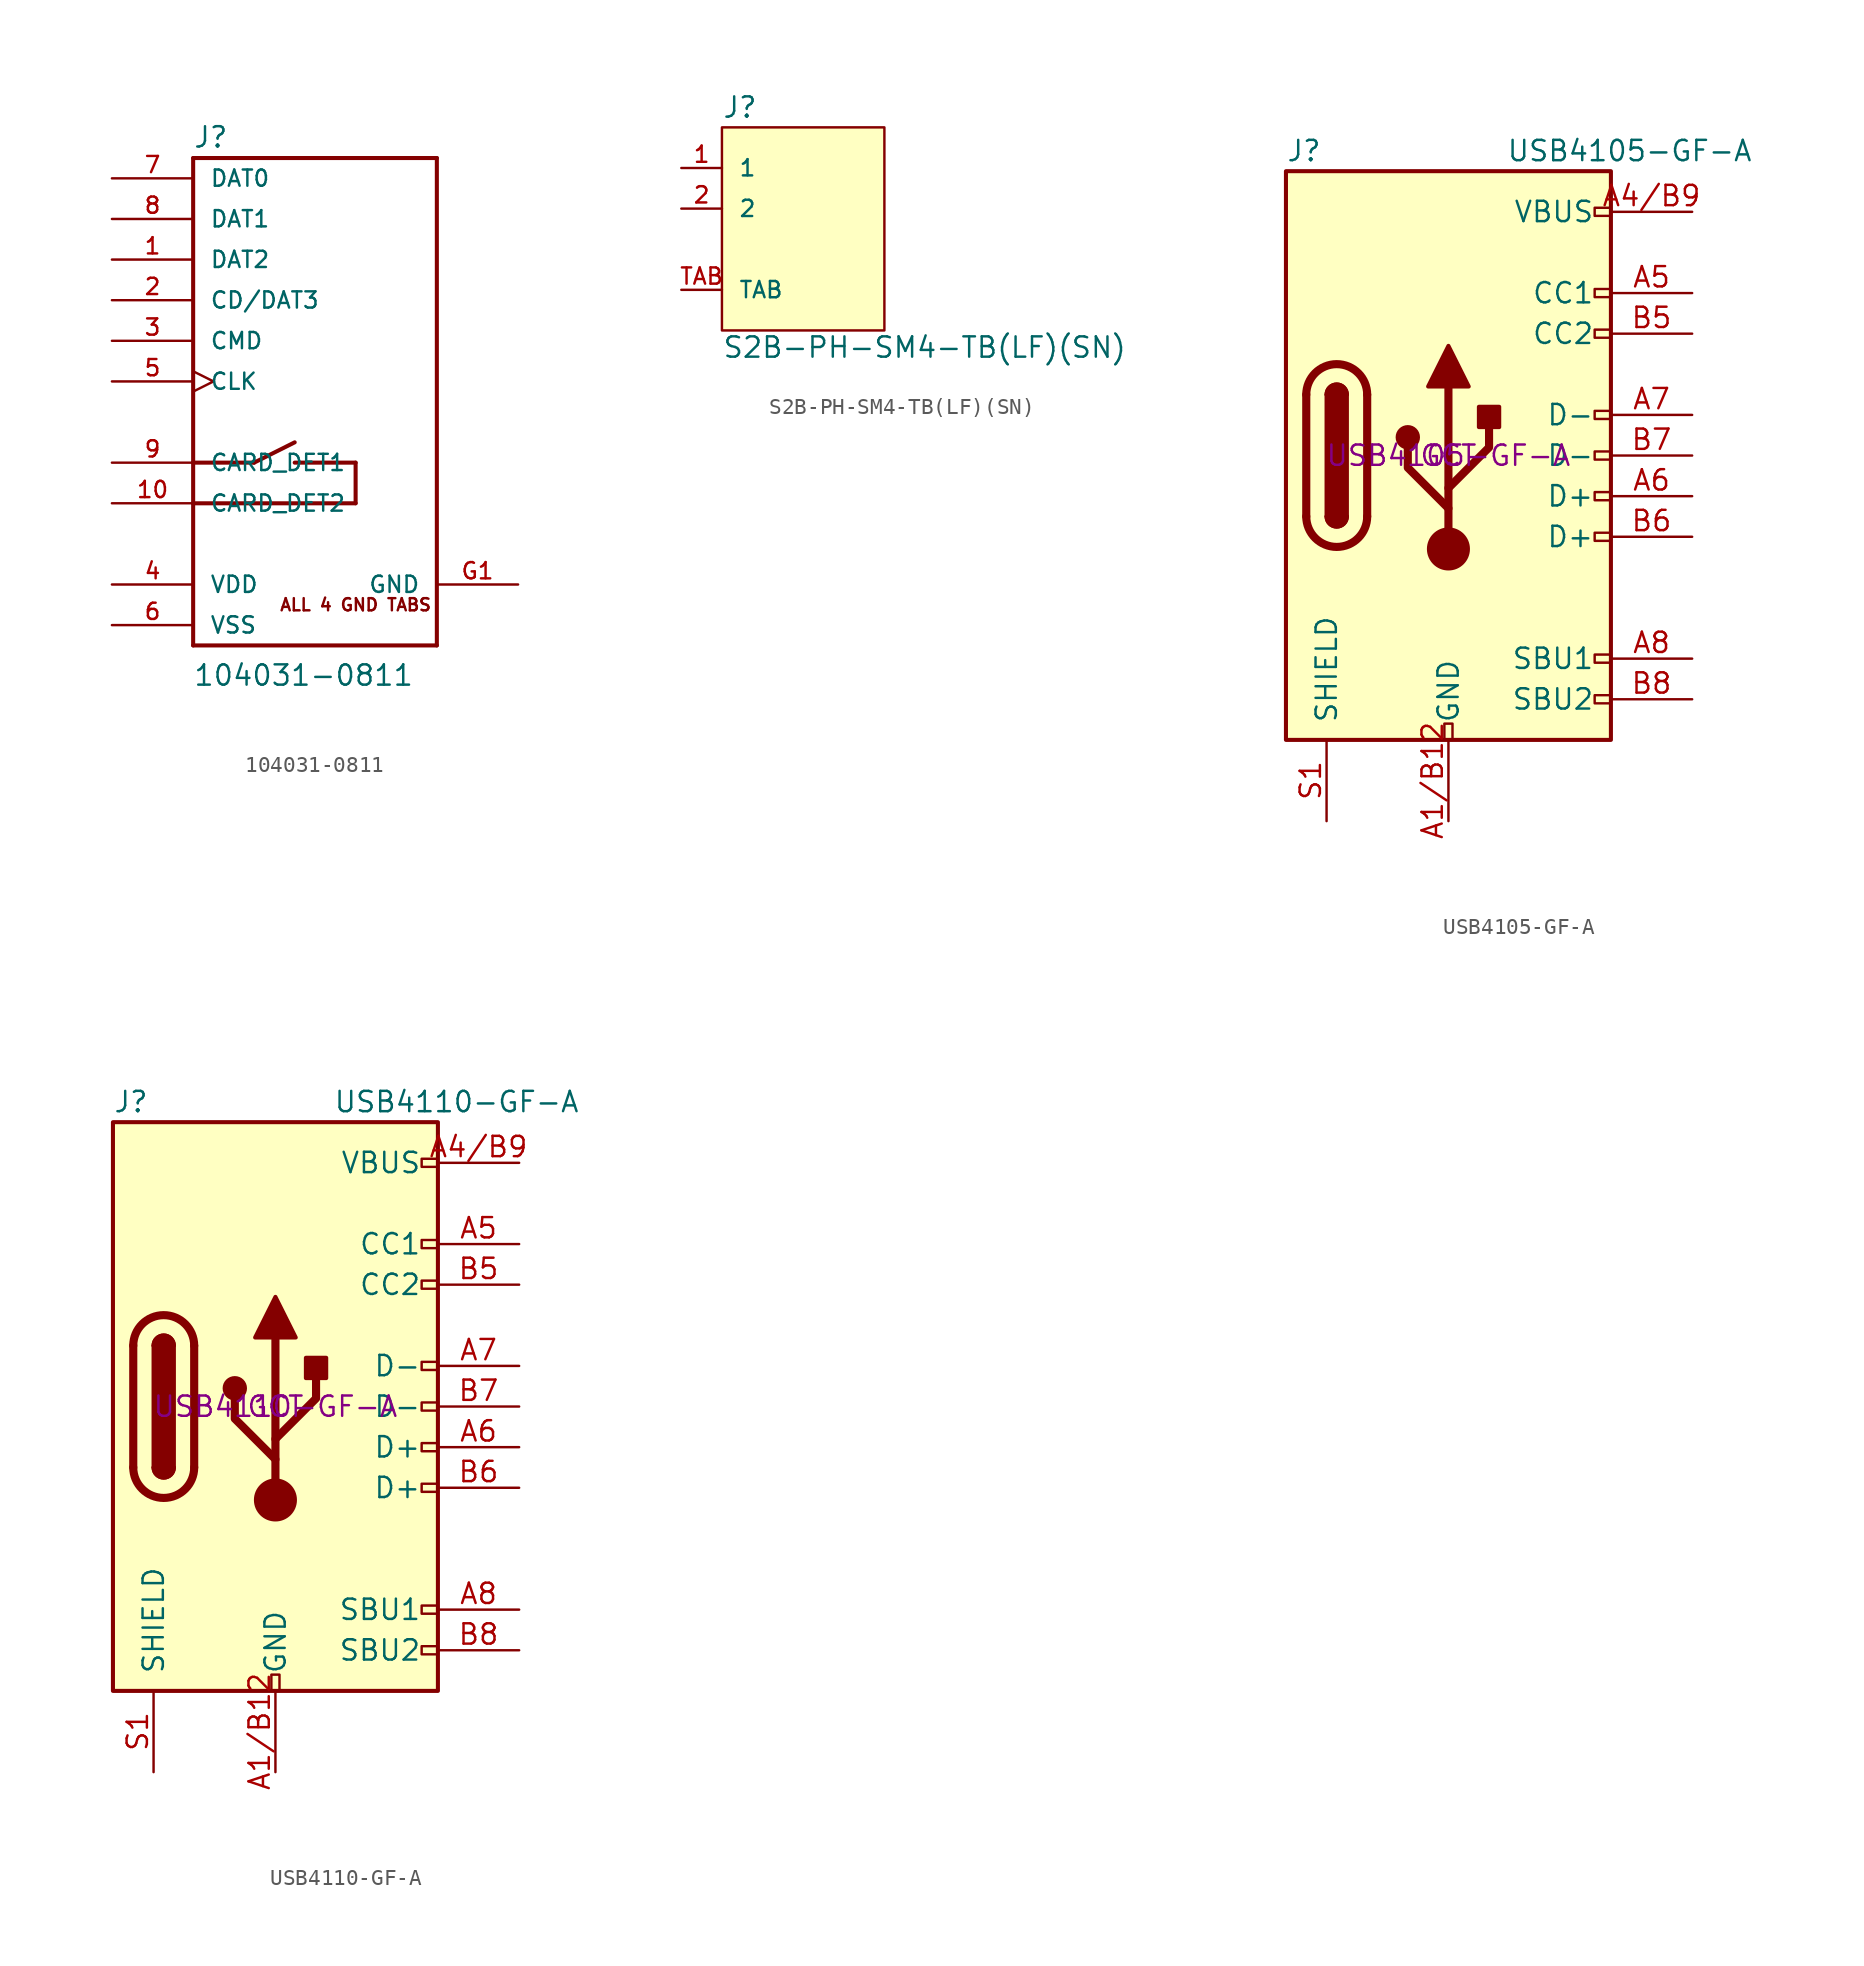
<source format=kicad_sym>
(kicad_symbol_lib
  (version 20211014)
  (generator kicad_symbol_editor)
  (symbol "104031-0811"
    (pin_names
      (offset 1.016))
    (property "Reference" "J"
      (at 5.055 22.149 0)
      (effects (font (size 1.27 1.27)) (justify left bottom)))
    (property "Value" "104031-0811"
      (at 5.055 -11.506 0)
      (effects (font (size 1.27 1.27)) (justify left bottom)))
    (symbol "104031-0811_0_0"
      (polyline (pts (xy 5.08 -8.89) (xy 5.08 0)) (stroke (width 0.254) (type default) (color 0 0 0 0)) (fill (type none)))
      (polyline (pts (xy 5.08 0) (xy 5.08 2.54)) (stroke (width 0.254) (type default) (color 0 0 0 0)) (fill (type none)))
      (polyline (pts (xy 5.08 2.54) (xy 5.08 21.59)) (stroke (width 0.254) (type default) (color 0 0 0 0)) (fill (type none)))
      (polyline (pts (xy 5.08 2.54) (xy 8.89 2.54)) (stroke (width 0.254) (type default) (color 0 0 0 0)) (fill (type none)))
      (polyline (pts (xy 5.08 21.59) (xy 20.32 21.59)) (stroke (width 0.254) (type default) (color 0 0 0 0)) (fill (type none)))
      (polyline (pts (xy 8.89 2.54) (xy 11.43 3.81)) (stroke (width 0.254) (type default) (color 0 0 0 0)) (fill (type none)))
      (polyline (pts (xy 11.43 2.54) (xy 15.24 2.54)) (stroke (width 0.254) (type default) (color 0 0 0 0)) (fill (type none)))
      (polyline (pts (xy 15.24 0) (xy 5.08 0)) (stroke (width 0.254) (type default) (color 0 0 0 0)) (fill (type none)))
      (polyline (pts (xy 15.24 2.54) (xy 15.24 0)) (stroke (width 0.254) (type default) (color 0 0 0 0)) (fill (type none)))
      (polyline (pts (xy 20.32 -8.89) (xy 5.08 -8.89)) (stroke (width 0.254) (type default) (color 0 0 0 0)) (fill (type none)))
      (polyline (pts (xy 20.32 21.59) (xy 20.32 -8.89)) (stroke (width 0.254) (type default) (color 0 0 0 0)) (fill (type none)))
      (text "ALL 4 GND TABS" (at 15.24 -6.35 0) (effects (font (size 0.762 0.762))))
      (pin bidirectional line (at 0 15.24 0) (length 5.08) (name "DAT2" (effects (font (size 1.016 1.016)))) (number "1" (effects (font (size 1.016 1.016)))))
      (pin passive line (at 0 0 0) (length 5.08) (name "CARD_DET2" (effects (font (size 1.016 1.016)))) (number "10" (effects (font (size 1.016 1.016)))))
      (pin bidirectional line (at 0 12.7 0) (length 5.08) (name "CD/DAT3" (effects (font (size 1.016 1.016)))) (number "2" (effects (font (size 1.016 1.016)))))
      (pin input line (at 0 10.16 0) (length 5.08) (name "CMD" (effects (font (size 1.016 1.016)))) (number "3" (effects (font (size 1.016 1.016)))))
      (pin power_in line (at 0 -5.08 0) (length 5.08) (name "VDD" (effects (font (size 1.016 1.016)))) (number "4" (effects (font (size 1.016 1.016)))))
      (pin input clock (at 0 7.62 0) (length 5.08) (name "CLK" (effects (font (size 1.016 1.016)))) (number "5" (effects (font (size 1.016 1.016)))))
      (pin power_in line (at 0 -7.62 0) (length 5.08) (name "VSS" (effects (font (size 1.016 1.016)))) (number "6" (effects (font (size 1.016 1.016)))))
      (pin bidirectional line (at 0 20.32 0) (length 5.08) (name "DAT0" (effects (font (size 1.016 1.016)))) (number "7" (effects (font (size 1.016 1.016)))))
      (pin bidirectional line (at 0 17.78 0) (length 5.08) (name "DAT1" (effects (font (size 1.016 1.016)))) (number "8" (effects (font (size 1.016 1.016)))))
      (pin passive line (at 0 2.54 0) (length 5.08) (name "CARD_DET1" (effects (font (size 1.016 1.016)))) (number "9" (effects (font (size 1.016 1.016)))))
      (pin power_in line (at 25.4 -5.08 180) (length 5.08) (name "GND" (effects (font (size 1.016 1.016)))) (number "G1" (effects (font (size 1.016 1.016)))))
      (pin power_in line (at 25.4 -5.08 180) (length 5.08) hide (name "GND" (effects (font (size 1.016 1.016)))) (number "G2" (effects (font (size 1.016 1.016)))))
      (pin power_in line (at 25.4 -5.08 180) (length 5.08) hide (name "GND" (effects (font (size 1.016 1.016)))) (number "G3" (effects (font (size 1.016 1.016)))))
      (pin power_in line (at 25.4 -5.08 180) (length 5.08) hide (name "GND" (effects (font (size 1.016 1.016)))) (number "G4" (effects (font (size 1.016 1.016)))))))
  (symbol "S2B-PH-SM4-TB(LF)(SN)"
    (pin_names
      (offset 1.016))
    (property "Reference" "J"
      (at -5.08 5.588 0)
      (effects (font (size 1.27 1.27)) (justify left bottom)))
    (property "Value" "S2B-PH-SM4-TB(LF)(SN)"
      (at -5.08 -9.423 0)
      (effects (font (size 1.27 1.27)) (justify left bottom)))
    (symbol "S2B-PH-SM4-TB(LF)(SN)_0_0"
      (rectangle (start -5.08 -7.62) (end 5.08 5.08) (stroke (width 0.152) (type default) (color 0 0 0 0)) (fill (type background)))
      (pin passive line (at -7.62 2.54 0) (length 2.54) (name "1" (effects (font (size 1.016 1.016)))) (number "1" (effects (font (size 1.016 1.016)))))
      (pin passive line (at -7.62 0 0) (length 2.54) (name "2" (effects (font (size 1.016 1.016)))) (number "2" (effects (font (size 1.016 1.016)))))
      (pin passive line (at -7.62 -5.08 0) (length 2.54) (name "TAB" (effects (font (size 1.016 1.016)))) (number "TAB" (effects (font (size 1.016 1.016)))))))
  (symbol "USB4105-GF-A"
    (pin_names
      (offset 1.016))
    (property "Reference" "J"
      (at -10.16 19.05 0)
      (effects (font (size 1.27 1.27)) (justify left)))
    (property "Value" "USB4105-GF-A"
      (at 19.05 19.05 0)
      (effects (font (size 1.27 1.27)) (justify right)))
    (property "PN" "USB4105-GF-A"
      (at 0 0 0)
      (effects (font (size 1.27 1.27))))
    (property "MF" "GCT"
      (at 0 0 0)
      (effects (font (size 1.27 1.27))))
    (symbol "USB4105-GF-A_0_0"
      (rectangle (start -0.254 -17.78) (end 0.254 -16.764) (stroke (width 0) (type default) (color 0 0 0 0)) (fill (type none)))
      (rectangle (start 10.16 -14.986) (end 9.144 -15.494) (stroke (width 0) (type default) (color 0 0 0 0)) (fill (type none)))
      (rectangle (start 10.16 -12.446) (end 9.144 -12.954) (stroke (width 0) (type default) (color 0 0 0 0)) (fill (type none)))
      (rectangle (start 10.16 -4.826) (end 9.144 -5.334) (stroke (width 0) (type default) (color 0 0 0 0)) (fill (type none)))
      (rectangle (start 10.16 -2.286) (end 9.144 -2.794) (stroke (width 0) (type default) (color 0 0 0 0)) (fill (type none)))
      (rectangle (start 10.16 0.254) (end 9.144 -0.254) (stroke (width 0) (type default) (color 0 0 0 0)) (fill (type none)))
      (rectangle (start 10.16 2.794) (end 9.144 2.286) (stroke (width 0) (type default) (color 0 0 0 0)) (fill (type none)))
      (rectangle (start 10.16 7.874) (end 9.144 7.366) (stroke (width 0) (type default) (color 0 0 0 0)) (fill (type none)))
      (rectangle (start 10.16 10.414) (end 9.144 9.906) (stroke (width 0) (type default) (color 0 0 0 0)) (fill (type none)))
      (rectangle (start 10.16 15.494) (end 9.144 14.986) (stroke (width 0) (type default) (color 0 0 0 0)) (fill (type none))))
    (symbol "USB4105-GF-A_0_1"
      (rectangle (start -10.16 17.78) (end 10.16 -17.78) (stroke (width 0.254) (type default) (color 0 0 0 0)) (fill (type background)))
      (arc (start -8.89 -3.81) (mid -6.985 -5.715) (end -5.08 -3.81) (stroke (width 0.508) (type default) (color 0 0 0 0)) (fill (type none)))
      (arc (start -7.62 -3.81) (mid -6.985 -4.445) (end -6.35 -3.81) (stroke (width 0.254) (type default) (color 0 0 0 0)) (fill (type none)))
      (arc (start -7.62 -3.81) (mid -6.985 -4.445) (end -6.35 -3.81) (stroke (width 0.254) (type default) (color 0 0 0 0)) (fill (type outline)))
      (rectangle (start -7.62 -3.81) (end -6.35 3.81) (stroke (width 0.254) (type default) (color 0 0 0 0)) (fill (type outline)))
      (arc (start -6.35 3.81) (mid -6.985 4.445) (end -7.62 3.81) (stroke (width 0.254) (type default) (color 0 0 0 0)) (fill (type none)))
      (arc (start -6.35 3.81) (mid -6.985 4.445) (end -7.62 3.81) (stroke (width 0.254) (type default) (color 0 0 0 0)) (fill (type outline)))
      (arc (start -5.08 3.81) (mid -6.985 5.715) (end -8.89 3.81) (stroke (width 0.508) (type default) (color 0 0 0 0)) (fill (type none)))
      (circle (center -2.54 1.143) (radius 0.635) (stroke (width 0.254) (type default) (color 0 0 0 0)) (fill (type outline)))
      (circle (center 0 -5.842) (radius 1.27) (stroke (width 0) (type default) (color 0 0 0 0)) (fill (type outline)))
      (polyline (pts (xy -8.89 -3.81) (xy -8.89 3.81)) (stroke (width 0.508) (type default) (color 0 0 0 0)) (fill (type none)))
      (polyline (pts (xy -5.08 3.81) (xy -5.08 -3.81)) (stroke (width 0.508) (type default) (color 0 0 0 0)) (fill (type none)))
      (polyline (pts (xy 0 -5.842) (xy 0 4.318)) (stroke (width 0.508) (type default) (color 0 0 0 0)) (fill (type none)))
      (polyline (pts (xy 0 -3.302) (xy -2.54 -0.762) (xy -2.54 0.508)) (stroke (width 0.508) (type default) (color 0 0 0 0)) (fill (type none)))
      (polyline (pts (xy 0 -2.032) (xy 2.54 0.508) (xy 2.54 1.778)) (stroke (width 0.508) (type default) (color 0 0 0 0)) (fill (type none)))
      (polyline (pts (xy -1.27 4.318) (xy 0 6.858) (xy 1.27 4.318) (xy -1.27 4.318)) (stroke (width 0.254) (type default) (color 0 0 0 0)) (fill (type outline)))
      (rectangle (start 1.905 1.778) (end 3.175 3.048) (stroke (width 0.254) (type default) (color 0 0 0 0)) (fill (type outline))))
    (symbol "USB4105-GF-A_1_1"
      (pin power_in line (at 0 -22.86 90) (length 5.08) (name "GND" (effects (font (size 1.27 1.27)))) (number "A1/B12" (effects (font (size 1.27 1.27)))))
      (pin power_in line (at 15.24 15.24 180) (length 5.08) (name "VBUS" (effects (font (size 1.27 1.27)))) (number "A4/B9" (effects (font (size 1.27 1.27)))))
      (pin bidirectional line (at 15.24 10.16 180) (length 5.08) (name "CC1" (effects (font (size 1.27 1.27)))) (number "A5" (effects (font (size 1.27 1.27)))))
      (pin bidirectional line (at 15.24 -2.54 180) (length 5.08) (name "D+" (effects (font (size 1.27 1.27)))) (number "A6" (effects (font (size 1.27 1.27)))))
      (pin bidirectional line (at 15.24 2.54 180) (length 5.08) (name "D-" (effects (font (size 1.27 1.27)))) (number "A7" (effects (font (size 1.27 1.27)))))
      (pin bidirectional line (at 15.24 -12.7 180) (length 5.08) (name "SBU1" (effects (font (size 1.27 1.27)))) (number "A8" (effects (font (size 1.27 1.27)))))
      (pin passive line (at 0 -22.86 90) (length 5.08) hide (name "GND" (effects (font (size 1.27 1.27)))) (number "B1/A12" (effects (font (size 1.27 1.27)))))
      (pin passive line (at 15.24 15.24 180) (length 5.08) hide (name "VBUS" (effects (font (size 1.27 1.27)))) (number "B4/A9" (effects (font (size 1.27 1.27)))))
      (pin bidirectional line (at 15.24 7.62 180) (length 5.08) (name "CC2" (effects (font (size 1.27 1.27)))) (number "B5" (effects (font (size 1.27 1.27)))))
      (pin bidirectional line (at 15.24 -5.08 180) (length 5.08) (name "D+" (effects (font (size 1.27 1.27)))) (number "B6" (effects (font (size 1.27 1.27)))))
      (pin bidirectional line (at 15.24 0 180) (length 5.08) (name "D-" (effects (font (size 1.27 1.27)))) (number "B7" (effects (font (size 1.27 1.27)))))
      (pin bidirectional line (at 15.24 -15.24 180) (length 5.08) (name "SBU2" (effects (font (size 1.27 1.27)))) (number "B8" (effects (font (size 1.27 1.27)))))
      (pin passive line (at -7.62 -22.86 90) (length 5.08) (name "SHIELD" (effects (font (size 1.27 1.27)))) (number "S1" (effects (font (size 1.27 1.27)))))))
  (symbol "USB4110-GF-A"
    (pin_names
      (offset 1.016))
    (property "Reference" "J"
      (at -10.16 19.05 0)
      (effects (font (size 1.27 1.27)) (justify left)))
    (property "Value" "USB4110-GF-A"
      (at 19.05 19.05 0)
      (effects (font (size 1.27 1.27)) (justify right)))
    (property "PN" "USB4110-GF-A"
      (at 0 0 0)
      (effects (font (size 1.27 1.27))))
    (property "MF" "GCT"
      (at 0 0 0)
      (effects (font (size 1.27 1.27))))
    (symbol "USB4110-GF-A_0_0"
      (rectangle (start -0.254 -17.78) (end 0.254 -16.764) (stroke (width 0) (type default) (color 0 0 0 0)) (fill (type none)))
      (rectangle (start 10.16 -14.986) (end 9.144 -15.494) (stroke (width 0) (type default) (color 0 0 0 0)) (fill (type none)))
      (rectangle (start 10.16 -12.446) (end 9.144 -12.954) (stroke (width 0) (type default) (color 0 0 0 0)) (fill (type none)))
      (rectangle (start 10.16 -4.826) (end 9.144 -5.334) (stroke (width 0) (type default) (color 0 0 0 0)) (fill (type none)))
      (rectangle (start 10.16 -2.286) (end 9.144 -2.794) (stroke (width 0) (type default) (color 0 0 0 0)) (fill (type none)))
      (rectangle (start 10.16 0.254) (end 9.144 -0.254) (stroke (width 0) (type default) (color 0 0 0 0)) (fill (type none)))
      (rectangle (start 10.16 2.794) (end 9.144 2.286) (stroke (width 0) (type default) (color 0 0 0 0)) (fill (type none)))
      (rectangle (start 10.16 7.874) (end 9.144 7.366) (stroke (width 0) (type default) (color 0 0 0 0)) (fill (type none)))
      (rectangle (start 10.16 10.414) (end 9.144 9.906) (stroke (width 0) (type default) (color 0 0 0 0)) (fill (type none)))
      (rectangle (start 10.16 15.494) (end 9.144 14.986) (stroke (width 0) (type default) (color 0 0 0 0)) (fill (type none))))
    (symbol "USB4110-GF-A_0_1"
      (rectangle (start -10.16 17.78) (end 10.16 -17.78) (stroke (width 0.254) (type default) (color 0 0 0 0)) (fill (type background)))
      (arc (start -8.89 -3.81) (mid -6.985 -5.715) (end -5.08 -3.81) (stroke (width 0.508) (type default) (color 0 0 0 0)) (fill (type none)))
      (arc (start -7.62 -3.81) (mid -6.985 -4.445) (end -6.35 -3.81) (stroke (width 0.254) (type default) (color 0 0 0 0)) (fill (type none)))
      (arc (start -7.62 -3.81) (mid -6.985 -4.445) (end -6.35 -3.81) (stroke (width 0.254) (type default) (color 0 0 0 0)) (fill (type outline)))
      (rectangle (start -7.62 -3.81) (end -6.35 3.81) (stroke (width 0.254) (type default) (color 0 0 0 0)) (fill (type outline)))
      (arc (start -6.35 3.81) (mid -6.985 4.445) (end -7.62 3.81) (stroke (width 0.254) (type default) (color 0 0 0 0)) (fill (type none)))
      (arc (start -6.35 3.81) (mid -6.985 4.445) (end -7.62 3.81) (stroke (width 0.254) (type default) (color 0 0 0 0)) (fill (type outline)))
      (arc (start -5.08 3.81) (mid -6.985 5.715) (end -8.89 3.81) (stroke (width 0.508) (type default) (color 0 0 0 0)) (fill (type none)))
      (circle (center -2.54 1.143) (radius 0.635) (stroke (width 0.254) (type default) (color 0 0 0 0)) (fill (type outline)))
      (circle (center 0 -5.842) (radius 1.27) (stroke (width 0) (type default) (color 0 0 0 0)) (fill (type outline)))
      (polyline (pts (xy -8.89 -3.81) (xy -8.89 3.81)) (stroke (width 0.508) (type default) (color 0 0 0 0)) (fill (type none)))
      (polyline (pts (xy -5.08 3.81) (xy -5.08 -3.81)) (stroke (width 0.508) (type default) (color 0 0 0 0)) (fill (type none)))
      (polyline (pts (xy 0 -5.842) (xy 0 4.318)) (stroke (width 0.508) (type default) (color 0 0 0 0)) (fill (type none)))
      (polyline (pts (xy 0 -3.302) (xy -2.54 -0.762) (xy -2.54 0.508)) (stroke (width 0.508) (type default) (color 0 0 0 0)) (fill (type none)))
      (polyline (pts (xy 0 -2.032) (xy 2.54 0.508) (xy 2.54 1.778)) (stroke (width 0.508) (type default) (color 0 0 0 0)) (fill (type none)))
      (polyline (pts (xy -1.27 4.318) (xy 0 6.858) (xy 1.27 4.318) (xy -1.27 4.318)) (stroke (width 0.254) (type default) (color 0 0 0 0)) (fill (type outline)))
      (rectangle (start 1.905 1.778) (end 3.175 3.048) (stroke (width 0.254) (type default) (color 0 0 0 0)) (fill (type outline))))
    (symbol "USB4110-GF-A_1_1"
      (pin power_in line (at 0 -22.86 90) (length 5.08) (name "GND" (effects (font (size 1.27 1.27)))) (number "A1/B12" (effects (font (size 1.27 1.27)))))
      (pin power_in line (at 15.24 15.24 180) (length 5.08) (name "VBUS" (effects (font (size 1.27 1.27)))) (number "A4/B9" (effects (font (size 1.27 1.27)))))
      (pin bidirectional line (at 15.24 10.16 180) (length 5.08) (name "CC1" (effects (font (size 1.27 1.27)))) (number "A5" (effects (font (size 1.27 1.27)))))
      (pin bidirectional line (at 15.24 -2.54 180) (length 5.08) (name "D+" (effects (font (size 1.27 1.27)))) (number "A6" (effects (font (size 1.27 1.27)))))
      (pin bidirectional line (at 15.24 2.54 180) (length 5.08) (name "D-" (effects (font (size 1.27 1.27)))) (number "A7" (effects (font (size 1.27 1.27)))))
      (pin bidirectional line (at 15.24 -12.7 180) (length 5.08) (name "SBU1" (effects (font (size 1.27 1.27)))) (number "A8" (effects (font (size 1.27 1.27)))))
      (pin passive line (at 0 -22.86 90) (length 5.08) hide (name "GND" (effects (font (size 1.27 1.27)))) (number "B1/A12" (effects (font (size 1.27 1.27)))))
      (pin passive line (at 15.24 15.24 180) (length 5.08) hide (name "VBUS" (effects (font (size 1.27 1.27)))) (number "B4/A9" (effects (font (size 1.27 1.27)))))
      (pin bidirectional line (at 15.24 7.62 180) (length 5.08) (name "CC2" (effects (font (size 1.27 1.27)))) (number "B5" (effects (font (size 1.27 1.27)))))
      (pin bidirectional line (at 15.24 -5.08 180) (length 5.08) (name "D+" (effects (font (size 1.27 1.27)))) (number "B6" (effects (font (size 1.27 1.27)))))
      (pin bidirectional line (at 15.24 0 180) (length 5.08) (name "D-" (effects (font (size 1.27 1.27)))) (number "B7" (effects (font (size 1.27 1.27)))))
      (pin bidirectional line (at 15.24 -15.24 180) (length 5.08) (name "SBU2" (effects (font (size 1.27 1.27)))) (number "B8" (effects (font (size 1.27 1.27)))))
      (pin passive line (at -7.62 -22.86 90) (length 5.08) (name "SHIELD" (effects (font (size 1.27 1.27)))) (number "S1" (effects (font (size 1.27 1.27))))))))
</source>
